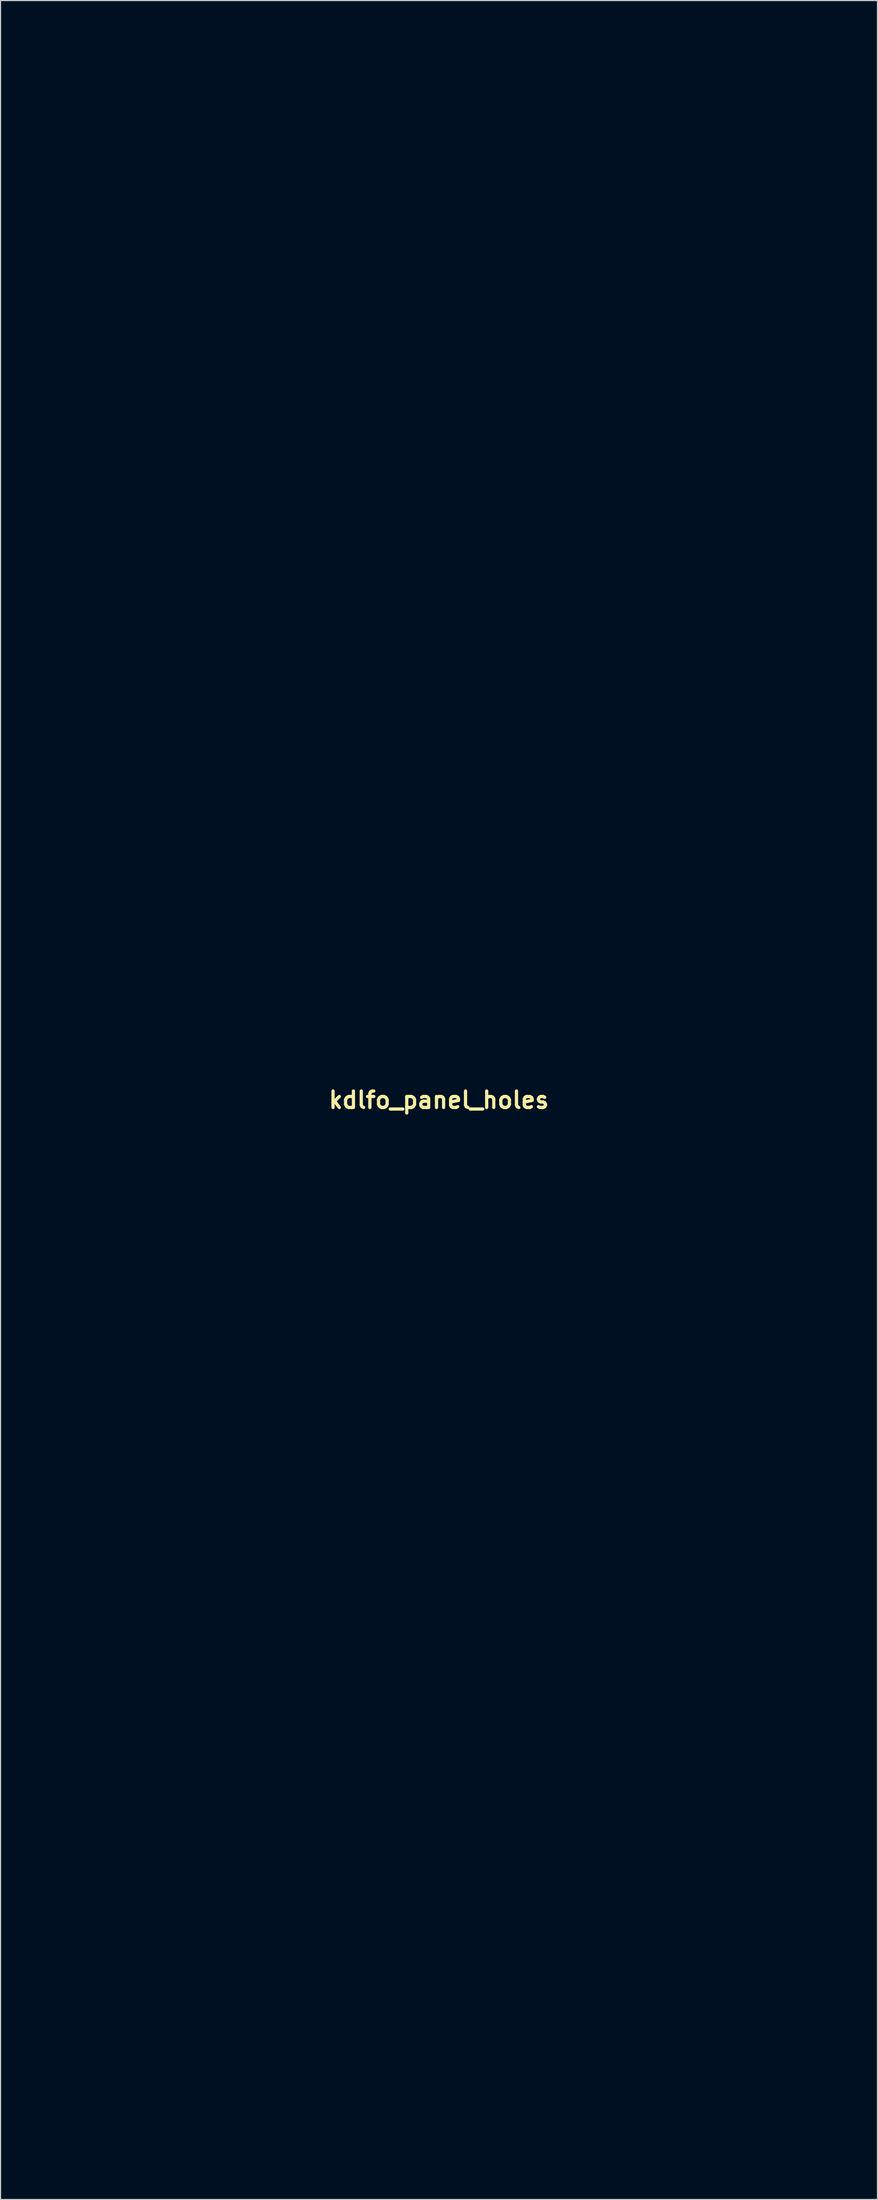
<source format=kicad_pcb>
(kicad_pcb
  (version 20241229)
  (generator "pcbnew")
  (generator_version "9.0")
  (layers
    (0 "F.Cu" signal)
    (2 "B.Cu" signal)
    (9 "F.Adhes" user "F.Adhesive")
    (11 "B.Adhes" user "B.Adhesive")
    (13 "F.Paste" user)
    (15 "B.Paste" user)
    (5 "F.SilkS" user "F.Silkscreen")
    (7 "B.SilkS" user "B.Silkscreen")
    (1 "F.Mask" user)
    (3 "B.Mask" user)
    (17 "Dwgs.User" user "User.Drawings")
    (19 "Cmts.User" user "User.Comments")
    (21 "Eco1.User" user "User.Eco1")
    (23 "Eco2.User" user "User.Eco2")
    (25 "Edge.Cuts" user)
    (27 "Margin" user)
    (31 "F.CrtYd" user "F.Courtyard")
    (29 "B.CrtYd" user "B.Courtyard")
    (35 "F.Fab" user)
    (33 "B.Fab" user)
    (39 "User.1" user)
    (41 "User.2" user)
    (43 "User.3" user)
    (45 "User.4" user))
  (footprint "kdlfo_panel_holes"
    (layer "F.Cu")
    (at 37.578 98.749)
    (property "Reference" "kdlfo_panel_holes" (at 0 0 0) (layer "F.SilkS") (effects (font (size 1.524 1.524) (thickness 0.3))))
    (attr board_only exclude_from_pos_files exclude_from_bom)
    (fp_poly (pts (xy 37.553 -89.701) (xy -37.528 -89.701) (xy -37.528 -90.489) (xy 37.553 -90.489)) (stroke (width 0.1) (type solid)) (fill no) (layer "Eco1.User"))
    (fp_poly (pts (xy 37.553 -27.129) (xy -37.528 -27.129) (xy -37.528 -27.917) (xy 37.553 -27.917)) (stroke (width 0.1) (type solid)) (fill no) (layer "Eco1.User"))
    (fp_poly (pts (xy 37.553 90.489) (xy -37.528 90.489) (xy -37.528 89.701) (xy 37.553 89.701)) (stroke (width 0.1) (type solid)) (fill no) (layer "Eco1.User"))
    (fp_poly (pts (xy -9.662 96.642) (xy -9.346 96.642) (xy -9.21 96.64) (xy -9.079 96.633) (xy -8.97 96.623) (xy -8.902 96.613) (xy -8.796 96.6) (xy -8.728 96.618) (xy -8.7 96.667) (xy -8.701 96.703) (xy -8.707 96.73) (xy -8.72 96.753) (xy -8.744 96.772) (xy -8.783 96.787) (xy -8.843 96.798) (xy -8.926 96.806) (xy -9.039 96.812) (xy -9.185 96.816) (xy -9.368 96.818) (xy -9.594 96.819) (xy -9.859 96.82) (xy -10.882 96.82) (xy -10.882 93.388) (xy -9.662 93.388)) (stroke (width 0.1) (type solid)) (fill no) (layer "Eco1.User"))
    (fp_poly (pts (xy 7.031 -96.794) (xy 7.293 -96.792) (xy 7.511 -96.789) (xy 7.683 -96.785) (xy 7.808 -96.78) (xy 7.884 -96.774) (xy 7.909 -96.768) (xy 7.951 -96.722) (xy 7.954 -96.662) (xy 7.931 -96.625) (xy 7.895 -96.615) (xy 7.808 -96.609) (xy 7.672 -96.607) (xy 7.485 -96.609) (xy 7.359 -96.611) (xy 6.814 -96.624) (xy 6.814 -95.752) (xy 7.243 -95.752) (xy 7.405 -95.751) (xy 7.523 -95.749) (xy 7.605 -95.744) (xy 7.659 -95.736) (xy 7.69 -95.725) (xy 7.706 -95.712) (xy 7.725 -95.663) (xy 7.712 -95.629) (xy 7.696 -95.613) (xy 7.666 -95.602) (xy 7.614 -95.593) (xy 7.533 -95.587) (xy 7.417 -95.583) (xy 7.257 -95.58) (xy 7.25 -95.58) (xy 6.814 -95.573) (xy 6.814 -93.362) (xy 5.594 -93.362) (xy 5.594 -96.795) (xy 6.727 -96.795)) (stroke (width 0.1) (type solid)) (fill no) (layer "Eco1.User"))
    (fp_poly (pts (xy 3.54 -96.789) (xy 4.157 -96.782) (xy 4.17 -93.534) (xy 4.52 -93.55) (xy 4.659 -93.557) (xy 4.791 -93.563) (xy 4.901 -93.568) (xy 4.976 -93.572) (xy 4.983 -93.572) (xy 5.054 -93.573) (xy 5.089 -93.562) (xy 5.103 -93.531) (xy 5.105 -93.513) (xy 5.108 -93.48) (xy 5.106 -93.453) (xy 5.093 -93.431) (xy 5.067 -93.413) (xy 5.022 -93.4) (xy 4.955 -93.389) (xy 4.86 -93.382) (xy 4.734 -93.377) (xy 4.571 -93.373) (xy 4.369 -93.37) (xy 4.122 -93.368) (xy 3.994 -93.367) (xy 3.769 -93.365) (xy 3.561 -93.365) (xy 3.374 -93.366) (xy 3.213 -93.367) (xy 3.085 -93.369) (xy 2.995 -93.372) (xy 2.948 -93.376) (xy 2.943 -93.377) (xy 2.939 -93.405) (xy 2.936 -93.48) (xy 2.934 -93.597) (xy 2.931 -93.752) (xy 2.929 -93.941) (xy 2.927 -94.16) (xy 2.926 -94.404) (xy 2.925 -94.67) (xy 2.924 -94.953) (xy 2.924 -95.096) (xy 2.924 -96.795)) (stroke (width 0.1) (type solid)) (fill no) (layer "Eco1.User"))
    (fp_poly (pts (xy 0.407 -93.535) (xy 0.756 -93.549) (xy 0.895 -93.556) (xy 1.025 -93.563) (xy 1.132 -93.571) (xy 1.204 -93.579) (xy 1.212 -93.58) (xy 1.282 -93.586) (xy 1.321 -93.575) (xy 1.347 -93.54) (xy 1.348 -93.54) (xy 1.364 -93.492) (xy 1.345 -93.452) (xy 1.324 -93.429) (xy 1.309 -93.416) (xy 1.292 -93.405) (xy 1.266 -93.396) (xy 1.227 -93.388) (xy 1.171 -93.383) (xy 1.092 -93.379) (xy 0.986 -93.375) (xy 0.848 -93.373) (xy 0.673 -93.371) (xy 0.456 -93.369) (xy 0.234 -93.367) (xy 0.009 -93.365) (xy -0.2 -93.365) (xy -0.387 -93.366) (xy -0.548 -93.367) (xy -0.676 -93.369) (xy -0.767 -93.372) (xy -0.815 -93.376) (xy -0.82 -93.377) (xy -0.824 -93.405) (xy -0.827 -93.48) (xy -0.829 -93.597) (xy -0.832 -93.752) (xy -0.834 -93.941) (xy -0.836 -94.16) (xy -0.837 -94.404) (xy -0.838 -94.67) (xy -0.839 -94.953) (xy -0.839 -95.095) (xy -0.839 -96.795) (xy 0.407 -96.795)) (stroke (width 0.1) (type solid)) (fill no) (layer "Eco1.User"))
    (fp_poly (pts (xy 10.528 93.385) (xy 10.7 93.387) (xy 10.836 93.389) (xy 10.94 93.392) (xy 11.016 93.396) (xy 11.068 93.401) (xy 11.099 93.408) (xy 11.113 93.415) (xy 11.114 93.416) (xy 11.133 93.459) (xy 11.121 93.493) (xy 11.091 93.523) (xy 11.062 93.54) (xy 11.014 93.553) (xy 10.94 93.562) (xy 10.83 93.567) (xy 10.69 93.571) (xy 10.335 93.578) (xy 10.329 95.199) (xy 10.322 96.82) (xy 9.103 96.82) (xy 9.096 95.199) (xy 9.09 93.578) (xy 8.899 93.57) (xy 8.77 93.57) (xy 8.626 93.578) (xy 8.512 93.589) (xy 8.391 93.602) (xy 8.31 93.603) (xy 8.261 93.591) (xy 8.233 93.563) (xy 8.228 93.551) (xy 8.225 93.488) (xy 8.271 93.44) (xy 8.336 93.414) (xy 8.38 93.409) (xy 8.471 93.404) (xy 8.604 93.4) (xy 8.774 93.396) (xy 8.976 93.392) (xy 9.207 93.389) (xy 9.462 93.387) (xy 9.736 93.386) (xy 9.76 93.386) (xy 10.062 93.385) (xy 10.317 93.385)) (stroke (width 0.1) (type solid)) (fill no) (layer "Eco1.User"))
    (fp_poly (pts (xy 21.064 93.385) (xy 21.235 93.386) (xy 21.371 93.388) (xy 21.468 93.391) (xy 21.521 93.395) (xy 21.529 93.397) (xy 21.558 93.443) (xy 21.55 93.499) (xy 21.512 93.539) (xy 21.469 93.549) (xy 21.386 93.557) (xy 21.275 93.563) (xy 21.146 93.565) (xy 21.117 93.566) (xy 20.773 93.566) (xy 20.773 96.82) (xy 20.167 96.82) (xy 19.996 96.819) (xy 19.842 96.817) (xy 19.713 96.814) (xy 19.616 96.811) (xy 19.557 96.806) (xy 19.544 96.803) (xy 19.541 96.775) (xy 19.538 96.701) (xy 19.535 96.585) (xy 19.533 96.43) (xy 19.531 96.243) (xy 19.529 96.026) (xy 19.528 95.784) (xy 19.527 95.522) (xy 19.527 95.243) (xy 19.527 95.176) (xy 19.527 93.566) (xy 19.317 93.566) (xy 19.188 93.57) (xy 19.051 93.579) (xy 18.936 93.591) (xy 18.934 93.592) (xy 18.805 93.603) (xy 18.719 93.592) (xy 18.672 93.558) (xy 18.662 93.517) (xy 18.663 93.492) (xy 18.668 93.472) (xy 18.681 93.454) (xy 18.705 93.44) (xy 18.746 93.428) (xy 18.805 93.418) (xy 18.889 93.411) (xy 18.999 93.405) (xy 19.141 93.4) (xy 19.318 93.397) (xy 19.534 93.394) (xy 19.793 93.391) (xy 20.098 93.388) (xy 20.122 93.388) (xy 20.387 93.386) (xy 20.635 93.384) (xy 20.862 93.384)) (stroke (width 0.1) (type solid)) (fill no) (layer "Eco1.User"))
    (fp_poly (pts (xy 12.274 93.388) (xy 12.629 93.391) (xy 12.946 93.399) (xy 13.221 93.411) (xy 13.452 93.428) (xy 13.638 93.449) (xy 13.775 93.475) (xy 13.783 93.477) (xy 14.029 93.566) (xy 14.253 93.701) (xy 14.405 93.832) (xy 14.558 94.015) (xy 14.665 94.216) (xy 14.725 94.435) (xy 14.74 94.675) (xy 14.709 94.936) (xy 14.691 95.015) (xy 14.612 95.241) (xy 14.491 95.451) (xy 14.333 95.635) (xy 14.147 95.786) (xy 14.006 95.866) (xy 13.856 95.927) (xy 13.698 95.975) (xy 13.541 96.009) (xy 13.395 96.026) (xy 13.271 96.026) (xy 13.178 96.007) (xy 13.151 95.992) (xy 13.1 95.939) (xy 13.094 95.89) (xy 13.127 95.849) (xy 13.194 95.821) (xy 13.289 95.813) (xy 13.345 95.817) (xy 13.545 95.819) (xy 13.75 95.778) (xy 13.949 95.698) (xy 14.129 95.583) (xy 14.196 95.525) (xy 14.341 95.359) (xy 14.444 95.175) (xy 14.504 94.987) (xy 14.541 94.74) (xy 14.533 94.506) (xy 14.48 94.29) (xy 14.384 94.096) (xy 14.374 94.082) (xy 14.299 93.982) (xy 14.217 93.901) (xy 14.114 93.829) (xy 13.978 93.753) (xy 13.962 93.745) (xy 13.829 93.688) (xy 13.684 93.644) (xy 13.516 93.611) (xy 13.314 93.589) (xy 13.164 93.578) (xy 12.865 93.561) (xy 12.865 96.82) (xy 11.645 96.82) (xy 11.645 93.388)) (stroke (width 0.1) (type solid)) (fill no) (layer "Eco1.User"))
    (fp_poly (pts (xy 34.209 95.502) (xy 34.398 95.504) (xy 34.557 95.509) (xy 34.689 95.515) (xy 34.799 95.524) (xy 34.89 95.535) (xy 34.967 95.549) (xy 35.035 95.567) (xy 35.095 95.588) (xy 35.154 95.613) (xy 35.215 95.642) (xy 35.259 95.664) (xy 35.499 95.812) (xy 35.705 95.993) (xy 35.874 96.203) (xy 36.005 96.436) (xy 36.094 96.687) (xy 36.141 96.951) (xy 36.142 97.222) (xy 36.096 97.495) (xy 36.059 97.617) (xy 35.959 97.851) (xy 35.827 98.056) (xy 35.654 98.246) (xy 35.637 98.263) (xy 35.496 98.385) (xy 35.359 98.478) (xy 35.208 98.555) (xy 35.046 98.618) (xy 34.846 98.689) (xy 33.206 98.694) (xy 32.861 98.694) (xy 32.563 98.695) (xy 32.309 98.694) (xy 32.095 98.693) (xy 31.916 98.691) (xy 31.77 98.689) (xy 31.653 98.685) (xy 31.56 98.681) (xy 31.489 98.675) (xy 31.435 98.669) (xy 31.404 98.663) (xy 31.184 98.594) (xy 30.965 98.488) (xy 30.762 98.354) (xy 30.587 98.2) (xy 30.51 98.113) (xy 30.397 97.948) (xy 30.297 97.762) (xy 30.222 97.575) (xy 30.193 97.475) (xy 30.168 97.323) (xy 30.157 97.147) (xy 30.159 96.967) (xy 30.175 96.801) (xy 30.194 96.705) (xy 30.288 96.441) (xy 30.425 96.2) (xy 30.603 95.986) (xy 30.816 95.802) (xy 31.062 95.654) (xy 31.222 95.583) (xy 31.413 95.511) (xy 33.066 95.503) (xy 33.418 95.502) (xy 33.723 95.501) (xy 33.985 95.501)) (stroke (width 0.1) (type solid)) (fill no) (layer "Eco1.User"))
    (fp_poly (pts (xy -18.536 -80.063) (xy -18.365 -80.048) (xy -18.243 -80.028) (xy -17.914 -79.933) (xy -17.601 -79.792) (xy -17.309 -79.61) (xy -17.043 -79.391) (xy -16.808 -79.138) (xy -16.608 -78.855) (xy -16.47 -78.595) (xy -16.366 -78.312) (xy -16.295 -78.004) (xy -16.261 -77.688) (xy -16.265 -77.379) (xy -16.273 -77.293) (xy -16.34 -76.946) (xy -16.452 -76.617) (xy -16.606 -76.31) (xy -16.798 -76.029) (xy -17.026 -75.776) (xy -17.286 -75.557) (xy -17.575 -75.374) (xy -17.89 -75.231) (xy -18.128 -75.156) (xy -18.318 -75.119) (xy -18.537 -75.096) (xy -18.768 -75.087) (xy -18.993 -75.093) (xy -19.195 -75.115) (xy -19.272 -75.129) (xy -19.613 -75.228) (xy -19.93 -75.37) (xy -20.22 -75.55) (xy -20.48 -75.765) (xy -20.708 -76.012) (xy -20.9 -76.287) (xy -21.053 -76.586) (xy -21.166 -76.907) (xy -21.234 -77.245) (xy -21.249 -77.471) (xy -19.756 -77.471) (xy -18.891 -77.471) (xy -18.891 -76.581) (xy -18.637 -76.581) (xy -18.637 -77.47) (xy -18.198 -77.477) (xy -17.76 -77.484) (xy -17.76 -77.738) (xy -18.198 -77.745) (xy -18.637 -77.752) (xy -18.637 -78.565) (xy -18.891 -78.565) (xy -18.891 -77.751) (xy -19.756 -77.751) (xy -19.756 -77.471) (xy -21.249 -77.471) (xy -21.256 -77.573) (xy -21.231 -77.927) (xy -21.16 -78.266) (xy -21.045 -78.586) (xy -20.889 -78.885) (xy -20.694 -79.158) (xy -20.464 -79.404) (xy -20.2 -79.617) (xy -19.905 -79.796) (xy -19.583 -79.937) (xy -19.236 -80.036) (xy -19.209 -80.042) (xy -19.075 -80.06) (xy -18.907 -80.07) (xy -18.722 -80.071)) (stroke (width 0.1) (type solid)) (fill no) (layer "Eco1.User"))
    (fp_poly (pts (xy -11.028 -96.794) (xy -10.725 -96.792) (xy -10.467 -96.787) (xy -10.247 -96.777) (xy -10.058 -96.761) (xy -9.896 -96.739) (xy -9.752 -96.709) (xy -9.622 -96.672) (xy -9.498 -96.626) (xy -9.374 -96.57) (xy -9.369 -96.567) (xy -9.155 -96.435) (xy -8.963 -96.262) (xy -8.8 -96.055) (xy -8.673 -95.824) (xy -8.612 -95.663) (xy -8.588 -95.581) (xy -8.572 -95.5) (xy -8.562 -95.408) (xy -8.558 -95.293) (xy -8.556 -95.141) (xy -8.556 -95.117) (xy -8.557 -94.966) (xy -8.561 -94.855) (xy -8.568 -94.769) (xy -8.581 -94.697) (xy -8.602 -94.625) (xy -8.624 -94.561) (xy -8.73 -94.32) (xy -8.863 -94.112) (xy -9.008 -93.946) (xy -9.231 -93.756) (xy -9.485 -93.603) (xy -9.764 -93.491) (xy -10.06 -93.421) (xy -10.094 -93.416) (xy -10.171 -93.409) (xy -10.29 -93.401) (xy -10.441 -93.392) (xy -10.617 -93.385) (xy -10.807 -93.378) (xy -10.99 -93.372) (xy -11.696 -93.354) (xy -11.696 -96.616) (xy -10.475 -96.616) (xy -10.475 -93.559) (xy -10.266 -93.577) (xy -10.141 -93.59) (xy -10.013 -93.61) (xy -9.908 -93.631) (xy -9.903 -93.632) (xy -9.647 -93.721) (xy -9.413 -93.851) (xy -9.206 -94.017) (xy -9.032 -94.214) (xy -8.895 -94.438) (xy -8.8 -94.682) (xy -8.785 -94.742) (xy -8.75 -94.985) (xy -8.752 -95.242) (xy -8.791 -95.499) (xy -8.864 -95.741) (xy -8.929 -95.884) (xy -9.061 -96.084) (xy -9.225 -96.251) (xy -9.424 -96.385) (xy -9.659 -96.487) (xy -9.932 -96.558) (xy -10.245 -96.599) (xy -10.278 -96.602) (xy -10.475 -96.616) (xy -11.696 -96.616) (xy -11.696 -96.795)) (stroke (width 0.1) (type solid)) (fill no) (layer "Eco1.User"))
    (fp_poly (pts (xy -6.287 93.384) (xy -6.108 93.422) (xy -5.931 93.483) (xy -5.782 93.551) (xy -5.541 93.697) (xy -5.335 93.879) (xy -5.166 94.094) (xy -5.035 94.339) (xy -4.944 94.612) (xy -4.895 94.91) (xy -4.889 94.99) (xy -4.895 95.291) (xy -4.945 95.578) (xy -5.035 95.846) (xy -5.164 96.091) (xy -5.33 96.308) (xy -5.528 96.493) (xy -5.758 96.64) (xy -5.797 96.66) (xy -6.081 96.772) (xy -6.378 96.839) (xy -6.676 96.859) (xy -6.89 96.844) (xy -7.182 96.781) (xy -7.45 96.674) (xy -7.693 96.527) (xy -7.905 96.343) (xy -8.083 96.125) (xy -8.224 95.876) (xy -8.325 95.599) (xy -8.34 95.542) (xy -8.378 95.313) (xy -8.39 95.068) (xy -8.377 94.826) (xy -8.34 94.624) (xy -8.245 94.351) (xy -8.108 94.106) (xy -7.93 93.889) (xy -7.714 93.702) (xy -7.462 93.549) (xy -7.44 93.54) (xy -6.865 93.54) (xy -6.865 96.664) (xy -6.782 96.675) (xy -6.671 96.679) (xy -6.531 96.673) (xy -6.381 96.657) (xy -6.243 96.632) (xy -6.219 96.627) (xy -5.963 96.539) (xy -5.731 96.408) (xy -5.527 96.236) (xy -5.353 96.026) (xy -5.241 95.835) (xy -5.16 95.642) (xy -5.11 95.438) (xy -5.088 95.208) (xy -5.085 95.103) (xy -5.104 94.818) (xy -5.163 94.562) (xy -5.263 94.33) (xy -5.408 94.116) (xy -5.537 93.975) (xy -5.736 93.804) (xy -5.945 93.679) (xy -6.171 93.595) (xy -6.423 93.55) (xy -6.63 93.541) (xy -6.865 93.54) (xy -7.44 93.54) (xy -7.195 93.438) (xy -7.089 93.409) (xy -6.968 93.388) (xy -6.816 93.375) (xy -6.712 93.37) (xy -6.483 93.368)) (stroke (width 0.1) (type solid)) (fill no) (layer "Eco1.User"))
    (fp_poly (pts (xy 2.727 93.381) (xy 2.996 93.437) (xy 3.24 93.533) (xy 3.465 93.672) (xy 3.676 93.855) (xy 3.677 93.855) (xy 3.849 94.051) (xy 3.98 94.257) (xy 4.072 94.478) (xy 4.129 94.725) (xy 4.153 95.003) (xy 4.155 95.091) (xy 4.149 95.302) (xy 4.129 95.48) (xy 4.092 95.641) (xy 4.033 95.802) (xy 3.977 95.925) (xy 3.833 96.164) (xy 3.651 96.373) (xy 3.437 96.547) (xy 3.197 96.686) (xy 2.934 96.786) (xy 2.654 96.845) (xy 2.363 96.86) (xy 2.159 96.844) (xy 1.867 96.781) (xy 1.598 96.675) (xy 1.356 96.528) (xy 1.144 96.343) (xy 0.966 96.122) (xy 0.854 95.927) (xy 0.77 95.74) (xy 0.713 95.565) (xy 0.679 95.386) (xy 0.666 95.188) (xy 0.669 94.989) (xy 0.694 94.718) (xy 0.75 94.479) (xy 0.842 94.265) (xy 0.972 94.064) (xy 1.145 93.868) (xy 1.259 93.76) (xy 1.364 93.677) (xy 1.481 93.606) (xy 1.577 93.556) (xy 1.614 93.54) (xy 2.187 93.54) (xy 2.187 96.664) (xy 2.269 96.675) (xy 2.381 96.679) (xy 2.522 96.673) (xy 2.671 96.656) (xy 2.81 96.632) (xy 2.833 96.626) (xy 3.059 96.552) (xy 3.263 96.442) (xy 3.455 96.289) (xy 3.51 96.236) (xy 3.69 96.026) (xy 3.823 95.801) (xy 3.912 95.556) (xy 3.958 95.287) (xy 3.966 95.104) (xy 3.944 94.82) (xy 3.878 94.553) (xy 3.772 94.308) (xy 3.628 94.09) (xy 3.449 93.903) (xy 3.236 93.752) (xy 3.181 93.721) (xy 2.972 93.628) (xy 2.765 93.57) (xy 2.541 93.544) (xy 2.422 93.541) (xy 2.187 93.54) (xy 1.614 93.54) (xy 1.79 93.464) (xy 1.996 93.403) (xy 2.212 93.371) (xy 2.428 93.363)) (stroke (width 0.1) (type solid)) (fill no) (layer "Eco1.User"))
    (fp_poly (pts (xy -18.38 -17.451) (xy -18.041 -17.379) (xy -17.722 -17.261) (xy -17.422 -17.095) (xy -17.14 -16.882) (xy -16.994 -16.746) (xy -16.76 -16.478) (xy -16.57 -16.188) (xy -16.425 -15.882) (xy -16.324 -15.563) (xy -16.268 -15.235) (xy -16.258 -14.902) (xy -16.292 -14.57) (xy -16.372 -14.241) (xy -16.498 -13.921) (xy -16.67 -13.613) (xy -16.818 -13.406) (xy -17.037 -13.169) (xy -17.293 -12.958) (xy -17.58 -12.78) (xy -17.889 -12.638) (xy -18.09 -12.57) (xy -18.256 -12.533) (xy -18.455 -12.507) (xy -18.668 -12.492) (xy -18.881 -12.49) (xy -19.077 -12.5) (xy -19.231 -12.522) (xy -19.579 -12.62) (xy -19.906 -12.763) (xy -20.21 -12.95) (xy -20.486 -13.177) (xy -20.729 -13.443) (xy -20.804 -13.541) (xy -20.887 -13.671) (xy -20.975 -13.834) (xy -21.058 -14.013) (xy -21.131 -14.19) (xy -21.183 -14.349) (xy -21.184 -14.353) (xy -21.206 -14.439) (xy -21.221 -14.522) (xy -21.231 -14.614) (xy -21.237 -14.726) (xy -21.239 -14.869) (xy -21.239 -14.874) (xy -19.756 -14.874) (xy -18.891 -14.874) (xy -18.891 -13.984) (xy -18.637 -13.984) (xy -18.637 -14.873) (xy -18.198 -14.88) (xy -17.76 -14.887) (xy -17.76 -15.141) (xy -18.198 -15.148) (xy -18.637 -15.155) (xy -18.637 -15.993) (xy -18.891 -15.993) (xy -18.891 -15.154) (xy -19.756 -15.154) (xy -19.756 -14.874) (xy -21.239 -14.874) (xy -21.24 -14.988) (xy -21.239 -15.152) (xy -21.236 -15.277) (xy -21.23 -15.374) (xy -21.22 -15.455) (xy -21.203 -15.532) (xy -21.18 -15.616) (xy -21.17 -15.649) (xy -21.041 -15.996) (xy -20.871 -16.312) (xy -20.663 -16.596) (xy -20.42 -16.846) (xy -20.143 -17.059) (xy -19.836 -17.234) (xy -19.5 -17.368) (xy -19.209 -17.445) (xy -19.121 -17.458) (xy -19 -17.468) (xy -18.862 -17.474) (xy -18.739 -17.476)) (stroke (width 0.1) (type solid)) (fill no) (layer "Eco1.User"))
    (fp_poly (pts (xy -4.933 -96.801) (xy -4.913 -96.776) (xy -4.908 -96.741) (xy -4.905 -96.662) (xy -4.903 -96.542) (xy -4.902 -96.388) (xy -4.901 -96.206) (xy -4.902 -95.999) (xy -4.905 -95.775) (xy -4.906 -95.638) (xy -4.922 -94.544) (xy -4.989 -94.354) (xy -5.065 -94.161) (xy -5.149 -94.003) (xy -5.251 -93.862) (xy -5.352 -93.753) (xy -5.536 -93.599) (xy -5.752 -93.475) (xy -5.982 -93.388) (xy -6.032 -93.375) (xy -6.146 -93.357) (xy -6.292 -93.345) (xy -6.452 -93.341) (xy -6.608 -93.343) (xy -6.743 -93.354) (xy -6.801 -93.363) (xy -7.014 -93.424) (xy -7.223 -93.52) (xy -7.413 -93.641) (xy -7.571 -93.78) (xy -7.598 -93.809) (xy -7.666 -93.899) (xy -7.737 -94.01) (xy -7.793 -94.113) (xy -7.83 -94.191) (xy -7.862 -94.264) (xy -7.887 -94.336) (xy -7.908 -94.412) (xy -7.924 -94.499) (xy -7.936 -94.6) (xy -7.945 -94.723) (xy -7.951 -94.871) (xy -7.955 -95.051) (xy -7.957 -95.267) (xy -7.958 -95.526) (xy -7.958 -95.708) (xy -7.958 -96.795) (xy -6.738 -96.795) (xy -6.738 -93.546) (xy -6.681 -93.531) (xy -6.608 -93.52) (xy -6.502 -93.516) (xy -6.377 -93.516) (xy -6.249 -93.522) (xy -6.136 -93.533) (xy -6.072 -93.543) (xy -5.844 -93.615) (xy -5.644 -93.73) (xy -5.471 -93.887) (xy -5.328 -94.085) (xy -5.213 -94.323) (xy -5.155 -94.499) (xy -5.141 -94.55) (xy -5.13 -94.601) (xy -5.121 -94.656) (xy -5.113 -94.721) (xy -5.108 -94.802) (xy -5.104 -94.903) (xy -5.1 -95.031) (xy -5.098 -95.192) (xy -5.096 -95.39) (xy -5.095 -95.631) (xy -5.094 -95.737) (xy -5.092 -96.004) (xy -5.09 -96.225) (xy -5.087 -96.403) (xy -5.084 -96.542) (xy -5.08 -96.647) (xy -5.074 -96.721) (xy -5.067 -96.768) (xy -5.06 -96.793) (xy -5.055 -96.798) (xy -4.989 -96.819)) (stroke (width 0.1) (type solid)) (fill no) (layer "Eco1.User"))
    (fp_poly (pts (xy -32.068 -98.697) (xy -31.881 -98.695) (xy -31.723 -98.69) (xy -31.591 -98.683) (xy -31.481 -98.674) (xy -31.389 -98.661) (xy -31.31 -98.646) (xy -31.241 -98.627) (xy -31.176 -98.604) (xy -31.113 -98.577) (xy -31.046 -98.545) (xy -31.001 -98.523) (xy -30.774 -98.384) (xy -30.571 -98.204) (xy -30.397 -97.99) (xy -30.261 -97.751) (xy -30.202 -97.608) (xy -30.177 -97.527) (xy -30.16 -97.448) (xy -30.15 -97.357) (xy -30.144 -97.24) (xy -30.143 -97.112) (xy -30.144 -96.964) (xy -30.149 -96.852) (xy -30.159 -96.762) (xy -30.177 -96.68) (xy -30.203 -96.594) (xy -30.313 -96.338) (xy -30.466 -96.109) (xy -30.659 -95.908) (xy -30.891 -95.738) (xy -31.16 -95.599) (xy -31.241 -95.567) (xy -31.271 -95.556) (xy -31.301 -95.546) (xy -31.335 -95.538) (xy -31.378 -95.532) (xy -31.432 -95.526) (xy -31.502 -95.521) (xy -31.591 -95.518) (xy -31.705 -95.515) (xy -31.846 -95.512) (xy -32.019 -95.51) (xy -32.227 -95.509) (xy -32.475 -95.508) (xy -32.766 -95.507) (xy -33.066 -95.506) (xy -33.401 -95.504) (xy -33.689 -95.504) (xy -33.934 -95.503) (xy -34.14 -95.504) (xy -34.312 -95.505) (xy -34.453 -95.506) (xy -34.567 -95.509) (xy -34.659 -95.512) (xy -34.732 -95.516) (xy -34.791 -95.522) (xy -34.839 -95.529) (xy -34.88 -95.537) (xy -34.919 -95.546) (xy -34.929 -95.549) (xy -35.191 -95.643) (xy -35.426 -95.776) (xy -35.632 -95.944) (xy -35.805 -96.142) (xy -35.944 -96.364) (xy -36.044 -96.605) (xy -36.105 -96.861) (xy -36.122 -97.126) (xy -36.094 -97.395) (xy -36.04 -97.598) (xy -35.971 -97.78) (xy -35.891 -97.932) (xy -35.787 -98.074) (xy -35.691 -98.183) (xy -35.505 -98.357) (xy -35.304 -98.492) (xy -35.074 -98.597) (xy -35.037 -98.611) (xy -34.82 -98.689) (xy -33.203 -98.696) (xy -32.853 -98.698) (xy -32.55 -98.699) (xy -32.29 -98.699)) (stroke (width 0.1) (type solid)) (fill no) (layer "Eco1.User"))
    (fp_poly (pts (xy 33.478 -98.689) (xy 33.766 -98.688) (xy 34.012 -98.688) (xy 34.218 -98.687) (xy 34.39 -98.685) (xy 34.53 -98.683) (xy 34.644 -98.68) (xy 34.733 -98.676) (xy 34.804 -98.672) (xy 34.859 -98.666) (xy 34.903 -98.659) (xy 34.94 -98.651) (xy 34.971 -98.642) (xy 35.243 -98.535) (xy 35.48 -98.393) (xy 35.621 -98.276) (xy 35.796 -98.093) (xy 35.93 -97.903) (xy 36.032 -97.69) (xy 36.059 -97.617) (xy 36.127 -97.347) (xy 36.147 -97.076) (xy 36.122 -96.812) (xy 36.054 -96.558) (xy 35.946 -96.32) (xy 35.801 -96.103) (xy 35.621 -95.911) (xy 35.41 -95.749) (xy 35.169 -95.623) (xy 34.945 -95.548) (xy 34.903 -95.538) (xy 34.86 -95.529) (xy 34.811 -95.522) (xy 34.754 -95.516) (xy 34.683 -95.511) (xy 34.595 -95.507) (xy 34.484 -95.504) (xy 34.348 -95.502) (xy 34.182 -95.501) (xy 33.981 -95.5) (xy 33.742 -95.5) (xy 33.46 -95.5) (xy 33.144 -95.501) (xy 32.86 -95.501) (xy 32.589 -95.503) (xy 32.336 -95.505) (xy 32.104 -95.507) (xy 31.9 -95.51) (xy 31.726 -95.513) (xy 31.589 -95.516) (xy 31.493 -95.52) (xy 31.442 -95.523) (xy 31.439 -95.524) (xy 31.175 -95.602) (xy 30.93 -95.724) (xy 30.71 -95.886) (xy 30.518 -96.082) (xy 30.361 -96.307) (xy 30.242 -96.558) (xy 30.192 -96.718) (xy 30.163 -96.893) (xy 30.155 -97.093) (xy 30.168 -97.301) (xy 30.199 -97.496) (xy 30.236 -97.625) (xy 30.352 -97.877) (xy 30.51 -98.106) (xy 30.704 -98.305) (xy 30.929 -98.47) (xy 31.179 -98.595) (xy 31.286 -98.633) (xy 31.322 -98.644) (xy 31.358 -98.653) (xy 31.396 -98.661) (xy 31.442 -98.668) (xy 31.499 -98.674) (xy 31.571 -98.678) (xy 31.663 -98.682) (xy 31.777 -98.684) (xy 31.919 -98.686) (xy 32.092 -98.687) (xy 32.3 -98.688) (xy 32.548 -98.689) (xy 32.838 -98.689) (xy 33.142 -98.689)) (stroke (width 0.1) (type solid)) (fill no) (layer "Eco1.User"))
    (fp_poly (pts (xy -33.6 95.501) (xy -33.28 95.502) (xy -33.04 95.504) (xy -32.71 95.505) (xy -32.426 95.507) (xy -32.185 95.508) (xy -31.984 95.51) (xy -31.817 95.512) (xy -31.681 95.515) (xy -31.572 95.518) (xy -31.486 95.522) (xy -31.419 95.527) (xy -31.368 95.533) (xy -31.327 95.54) (xy -31.294 95.549) (xy -31.264 95.559) (xy -31.241 95.567) (xy -31.019 95.663) (xy -30.831 95.774) (xy -30.661 95.909) (xy -30.586 95.981) (xy -30.403 96.196) (xy -30.267 96.431) (xy -30.177 96.685) (xy -30.134 96.959) (xy -30.13 97.091) (xy -30.154 97.381) (xy -30.224 97.652) (xy -30.338 97.901) (xy -30.495 98.125) (xy -30.691 98.319) (xy -30.924 98.481) (xy -31.025 98.535) (xy -31.091 98.567) (xy -31.153 98.595) (xy -31.214 98.618) (xy -31.279 98.638) (xy -31.351 98.654) (xy -31.436 98.668) (xy -31.537 98.678) (xy -31.659 98.686) (xy -31.806 98.692) (xy -31.981 98.695) (xy -32.19 98.698) (xy -32.435 98.699) (xy -32.723 98.699) (xy -33.056 98.699) (xy -33.129 98.699) (xy -33.475 98.698) (xy -33.774 98.697) (xy -34.028 98.696) (xy -34.242 98.693) (xy -34.418 98.69) (xy -34.56 98.686) (xy -34.672 98.681) (xy -34.756 98.676) (xy -34.816 98.669) (xy -34.846 98.664) (xy -35.115 98.58) (xy -35.36 98.457) (xy -35.576 98.298) (xy -35.761 98.108) (xy -35.911 97.892) (xy -36.024 97.654) (xy -36.096 97.4) (xy -36.124 97.133) (xy -36.105 96.86) (xy -36.093 96.793) (xy -36.013 96.519) (xy -35.889 96.267) (xy -35.724 96.042) (xy -35.522 95.849) (xy -35.285 95.691) (xy -35.233 95.664) (xy -35.169 95.632) (xy -35.109 95.604) (xy -35.05 95.581) (xy -34.987 95.561) (xy -34.917 95.544) (xy -34.836 95.531) (xy -34.739 95.52) (xy -34.622 95.513) (xy -34.481 95.507) (xy -34.313 95.503) (xy -34.112 95.501) (xy -33.876 95.501)) (stroke (width 0.1) (type solid)) (fill no) (layer "Eco1.User"))
    (fp_poly (pts (xy 18.236 93.375) (xy 18.269 93.405) (xy 18.279 93.419) (xy 18.288 93.441) (xy 18.295 93.476) (xy 18.299 93.529) (xy 18.303 93.604) (xy 18.305 93.706) (xy 18.305 93.84) (xy 18.304 94.011) (xy 18.303 94.223) (xy 18.3 94.48) (xy 18.3 94.492) (xy 18.297 94.753) (xy 18.294 94.969) (xy 18.291 95.145) (xy 18.287 95.286) (xy 18.282 95.399) (xy 18.277 95.489) (xy 18.27 95.561) (xy 18.261 95.621) (xy 18.25 95.675) (xy 18.237 95.727) (xy 18.235 95.734) (xy 18.137 96.005) (xy 18.003 96.242) (xy 17.835 96.443) (xy 17.636 96.607) (xy 17.409 96.731) (xy 17.155 96.814) (xy 16.879 96.855) (xy 16.582 96.852) (xy 16.507 96.844) (xy 16.246 96.788) (xy 16.005 96.69) (xy 15.789 96.553) (xy 15.603 96.38) (xy 15.453 96.175) (xy 15.396 96.07) (xy 15.358 95.988) (xy 15.326 95.912) (xy 15.3 95.835) (xy 15.279 95.753) (xy 15.263 95.66) (xy 15.251 95.551) (xy 15.242 95.42) (xy 15.236 95.261) (xy 15.232 95.071) (xy 15.23 94.842) (xy 15.23 94.57) (xy 15.23 94.457) (xy 15.23 93.388) (xy 16.45 93.388) (xy 16.456 95.021) (xy 16.463 96.655) (xy 16.819 96.655) (xy 17.175 96.655) (xy 17.373 96.56) (xy 17.576 96.439) (xy 17.741 96.286) (xy 17.874 96.095) (xy 17.911 96.025) (xy 17.952 95.939) (xy 17.986 95.863) (xy 18.014 95.791) (xy 18.037 95.717) (xy 18.054 95.636) (xy 18.068 95.541) (xy 18.077 95.427) (xy 18.084 95.29) (xy 18.088 95.122) (xy 18.091 94.918) (xy 18.093 94.673) (xy 18.095 94.481) (xy 18.096 94.221) (xy 18.098 94.006) (xy 18.1 93.833) (xy 18.103 93.697) (xy 18.107 93.593) (xy 18.111 93.517) (xy 18.117 93.464) (xy 18.124 93.429) (xy 18.133 93.408) (xy 18.143 93.396) (xy 18.145 93.394) (xy 18.196 93.366)) (stroke (width 0.1) (type solid)) (fill no) (layer "Eco1.User"))
    (fp_poly (pts (xy 19.152 1.522) (xy 19.554 1.589) (xy 19.945 1.702) (xy 20.32 1.861) (xy 20.678 2.064) (xy 21.014 2.312) (xy 21.321 2.599) (xy 21.595 2.921) (xy 21.824 3.266) (xy 22.007 3.633) (xy 22.143 4.019) (xy 22.233 4.424) (xy 22.275 4.847) (xy 22.279 5.009) (xy 22.255 5.432) (xy 22.184 5.838) (xy 22.064 6.227) (xy 21.928 6.539) (xy 21.846 6.699) (xy 21.772 6.83) (xy 21.695 6.95) (xy 21.603 7.078) (xy 21.522 7.183) (xy 21.26 7.48) (xy 20.962 7.745) (xy 20.635 7.974) (xy 20.284 8.166) (xy 19.913 8.318) (xy 19.529 8.428) (xy 19.137 8.493) (xy 18.742 8.511) (xy 18.522 8.5) (xy 18.111 8.44) (xy 17.707 8.333) (xy 17.318 8.182) (xy 16.952 7.989) (xy 16.727 7.84) (xy 16.63 7.764) (xy 16.513 7.663) (xy 16.391 7.551) (xy 16.279 7.441) (xy 16.277 7.439) (xy 16.002 7.125) (xy 15.774 6.794) (xy 15.589 6.442) (xy 15.445 6.062) (xy 15.363 5.765) (xy 15.338 5.651) (xy 15.32 5.551) (xy 15.308 5.452) (xy 15.301 5.34) (xy 15.297 5.204) (xy 15.296 5.136) (xy 16.272 5.136) (xy 18.662 5.136) (xy 18.662 7.501) (xy 18.917 7.501) (xy 18.917 5.136) (xy 21.281 5.136) (xy 21.281 4.882) (xy 18.917 4.882) (xy 18.917 2.492) (xy 18.663 2.492) (xy 18.656 3.68) (xy 18.65 4.869) (xy 17.461 4.876) (xy 16.272 4.882) (xy 16.272 5.136) (xy 15.296 5.136) (xy 15.295 5.03) (xy 15.295 5.022) (xy 15.297 4.791) (xy 15.307 4.597) (xy 15.326 4.425) (xy 15.357 4.261) (xy 15.401 4.09) (xy 15.451 3.928) (xy 15.603 3.541) (xy 15.797 3.178) (xy 16.031 2.842) (xy 16.301 2.537) (xy 16.604 2.266) (xy 16.936 2.031) (xy 17.294 1.836) (xy 17.675 1.683) (xy 17.912 1.614) (xy 18.327 1.534) (xy 18.742 1.504)) (stroke (width 0.1) (type solid)) (fill no) (layer "Eco1.User"))
    (fp_poly (pts (xy 0.623 70.111) (xy 1.094 70.191) (xy 1.556 70.317) (xy 2.005 70.486) (xy 2.437 70.699) (xy 2.849 70.954) (xy 3.238 71.252) (xy 3.516 71.507) (xy 3.862 71.883) (xy 4.164 72.285) (xy 4.422 72.709) (xy 4.633 73.153) (xy 4.799 73.616) (xy 4.917 74.096) (xy 4.987 74.591) (xy 5.009 75.064) (xy 4.998 75.44) (xy 4.965 75.786) (xy 4.906 76.12) (xy 4.819 76.458) (xy 4.754 76.667) (xy 4.573 77.128) (xy 4.35 77.565) (xy 4.087 77.976) (xy 3.787 78.357) (xy 3.453 78.706) (xy 3.087 79.021) (xy 2.693 79.3) (xy 2.273 79.539) (xy 1.83 79.738) (xy 1.367 79.893) (xy 0.887 80.003) (xy 0.742 80.026) (xy 0.519 80.051) (xy 0.271 80.068) (xy 0.018 80.076) (xy -0.22 80.074) (xy -0.388 80.065) (xy -0.882 80) (xy -1.363 79.887) (xy -1.828 79.727) (xy -2.274 79.524) (xy -2.698 79.278) (xy -3.097 78.991) (xy -3.467 78.666) (xy -3.806 78.305) (xy -4.111 77.909) (xy -4.251 77.695) (xy -4.469 77.3) (xy -4.654 76.874) (xy -4.802 76.428) (xy -4.909 75.97) (xy -4.957 75.667) (xy -4.972 75.49) (xy -4.981 75.28) (xy -4.981 75.208) (xy -2.492 75.208) (xy -0.127 75.208) (xy -0.127 77.573) (xy 0.153 77.573) (xy 0.153 75.208) (xy 2.517 75.208) (xy 2.517 74.954) (xy 0.153 74.954) (xy 0.14 72.577) (xy -0.114 72.577) (xy -0.128 74.954) (xy -2.492 74.954) (xy -2.492 75.208) (xy -4.981 75.208) (xy -4.982 75.051) (xy -4.977 74.82) (xy -4.965 74.603) (xy -4.947 74.416) (xy -4.944 74.391) (xy -4.85 73.897) (xy -4.709 73.42) (xy -4.523 72.963) (xy -4.295 72.53) (xy -4.026 72.121) (xy -3.718 71.742) (xy -3.372 71.393) (xy -2.992 71.078) (xy -2.579 70.799) (xy -2.209 70.596) (xy -1.754 70.397) (xy -1.287 70.246) (xy -0.813 70.143) (xy -0.334 70.086) (xy 0.146 70.076)) (stroke (width 0.1) (type solid)) (fill no) (layer "Eco1.User"))
    (fp_poly (pts (xy 7.808 93.389) (xy 7.82 93.396) (xy 7.831 93.408) (xy 7.839 93.427) (xy 7.846 93.46) (xy 7.85 93.51) (xy 7.853 93.582) (xy 7.855 93.681) (xy 7.855 93.811) (xy 7.854 93.977) (xy 7.853 94.184) (xy 7.85 94.436) (xy 7.85 94.502) (xy 7.847 94.782) (xy 7.844 95.016) (xy 7.84 95.211) (xy 7.834 95.372) (xy 7.826 95.504) (xy 7.816 95.613) (xy 7.801 95.705) (xy 7.783 95.784) (xy 7.759 95.857) (xy 7.73 95.93) (xy 7.695 96.007) (xy 7.658 96.083) (xy 7.526 96.296) (xy 7.357 96.479) (xy 7.156 96.63) (xy 6.928 96.745) (xy 6.678 96.822) (xy 6.412 96.858) (xy 6.135 96.852) (xy 6.089 96.847) (xy 5.812 96.789) (xy 5.563 96.691) (xy 5.345 96.554) (xy 5.16 96.38) (xy 5.01 96.17) (xy 4.961 96.079) (xy 4.92 95.991) (xy 4.885 95.909) (xy 4.857 95.828) (xy 4.834 95.741) (xy 4.816 95.643) (xy 4.803 95.529) (xy 4.793 95.394) (xy 4.787 95.231) (xy 4.783 95.035) (xy 4.781 94.801) (xy 4.78 94.524) (xy 4.78 94.431) (xy 4.78 93.387) (xy 5.397 93.393) (xy 6.013 93.4) (xy 6.02 95.036) (xy 6.026 96.672) (xy 6.376 96.662) (xy 6.532 96.656) (xy 6.649 96.647) (xy 6.739 96.634) (xy 6.814 96.615) (xy 6.865 96.596) (xy 7.069 96.488) (xy 7.249 96.339) (xy 7.398 96.154) (xy 7.512 95.939) (xy 7.515 95.93) (xy 7.548 95.844) (xy 7.575 95.762) (xy 7.597 95.677) (xy 7.615 95.584) (xy 7.628 95.477) (xy 7.638 95.35) (xy 7.645 95.198) (xy 7.65 95.015) (xy 7.652 94.795) (xy 7.653 94.532) (xy 7.653 94.403) (xy 7.653 94.153) (xy 7.654 93.949) (xy 7.654 93.786) (xy 7.656 93.659) (xy 7.659 93.564) (xy 7.663 93.496) (xy 7.669 93.449) (xy 7.676 93.419) (xy 7.685 93.402) (xy 7.697 93.392) (xy 7.704 93.388) (xy 7.768 93.374)) (stroke (width 0.1) (type solid)) (fill no) (layer "Eco1.User"))
    (fp_poly (pts (xy 25.495 70.091) (xy 25.975 70.159) (xy 26.444 70.273) (xy 26.9 70.432) (xy 27.338 70.633) (xy 27.755 70.876) (xy 28.148 71.158) (xy 28.515 71.478) (xy 28.85 71.834) (xy 29.152 72.225) (xy 29.296 72.444) (xy 29.536 72.877) (xy 29.729 73.323) (xy 29.875 73.78) (xy 29.975 74.243) (xy 30.03 74.711) (xy 30.041 75.18) (xy 30.008 75.646) (xy 29.932 76.106) (xy 29.814 76.558) (xy 29.654 76.998) (xy 29.454 77.423) (xy 29.213 77.829) (xy 28.933 78.213) (xy 28.615 78.573) (xy 28.258 78.905) (xy 27.865 79.206) (xy 27.752 79.282) (xy 27.341 79.52) (xy 26.902 79.719) (xy 26.44 79.876) (xy 25.962 79.99) (xy 25.474 80.059) (xy 25.415 80.064) (xy 25.265 80.075) (xy 25.148 80.082) (xy 25.046 80.084) (xy 24.942 80.083) (xy 24.818 80.077) (xy 24.739 80.072) (xy 24.259 80.019) (xy 23.784 79.917) (xy 23.317 79.768) (xy 22.864 79.575) (xy 22.431 79.34) (xy 22.023 79.065) (xy 21.721 78.821) (xy 21.388 78.497) (xy 21.084 78.135) (xy 20.812 77.742) (xy 20.576 77.325) (xy 20.38 76.889) (xy 20.227 76.442) (xy 20.14 76.086) (xy 20.065 75.589) (xy 20.045 75.208) (xy 22.527 75.208) (xy 24.917 75.208) (xy 24.917 77.573) (xy 25.171 77.573) (xy 25.171 75.208) (xy 27.536 75.208) (xy 27.536 74.954) (xy 25.171 74.954) (xy 25.171 72.564) (xy 24.917 72.564) (xy 24.911 73.753) (xy 24.904 74.941) (xy 23.716 74.948) (xy 22.527 74.955) (xy 22.527 75.208) (xy 20.045 75.208) (xy 20.039 75.099) (xy 20.059 74.616) (xy 20.125 74.144) (xy 20.234 73.686) (xy 20.385 73.243) (xy 20.575 72.818) (xy 20.803 72.415) (xy 21.067 72.034) (xy 21.365 71.68) (xy 21.696 71.354) (xy 22.056 71.059) (xy 22.446 70.797) (xy 22.862 70.571) (xy 23.302 70.384) (xy 23.766 70.238) (xy 24.251 70.135) (xy 24.515 70.099) (xy 25.007 70.071)) (stroke (width 0.1) (type solid)) (fill no) (layer "Eco1.User"))
    (fp_poly (pts (xy -18.606 1.514) (xy -18.385 1.526) (xy -18.19 1.547) (xy -18.117 1.56) (xy -17.698 1.668) (xy -17.306 1.818) (xy -16.941 2.012) (xy -16.601 2.25) (xy -16.286 2.531) (xy -16.008 2.84) (xy -15.775 3.173) (xy -15.582 3.532) (xy -15.43 3.919) (xy -15.316 4.339) (xy -15.314 4.348) (xy -15.295 4.452) (xy -15.282 4.564) (xy -15.274 4.695) (xy -15.27 4.856) (xy -15.27 5.022) (xy -15.271 5.197) (xy -15.275 5.335) (xy -15.282 5.448) (xy -15.294 5.547) (xy -15.312 5.647) (xy -15.337 5.76) (xy -15.338 5.765) (xy -15.454 6.164) (xy -15.608 6.536) (xy -15.803 6.882) (xy -16.042 7.21) (xy -16.328 7.522) (xy -16.408 7.6) (xy -16.664 7.812) (xy -16.957 8.006) (xy -17.276 8.174) (xy -17.609 8.311) (xy -17.946 8.413) (xy -18.131 8.452) (xy -18.26 8.47) (xy -18.416 8.485) (xy -18.583 8.497) (xy -18.749 8.505) (xy -18.896 8.507) (xy -19.011 8.504) (xy -19.031 8.502) (xy -19.464 8.435) (xy -19.876 8.322) (xy -20.265 8.163) (xy -20.632 7.959) (xy -20.854 7.806) (xy -21.178 7.531) (xy -21.463 7.227) (xy -21.706 6.895) (xy -21.907 6.538) (xy -22.063 6.16) (xy -22.174 5.763) (xy -22.237 5.351) (xy -22.247 5.136) (xy -21.256 5.136) (xy -18.891 5.136) (xy -18.891 7.501) (xy -18.637 7.501) (xy -18.637 5.136) (xy -16.247 5.136) (xy -16.247 4.882) (xy -18.624 4.869) (xy -18.631 3.693) (xy -18.637 2.517) (xy -18.891 2.517) (xy -18.891 4.882) (xy -21.256 4.882) (xy -21.256 5.136) (xy -22.247 5.136) (xy -22.253 5.009) (xy -22.229 4.581) (xy -22.157 4.169) (xy -22.038 3.775) (xy -21.872 3.401) (xy -21.66 3.048) (xy -21.403 2.717) (xy -21.295 2.599) (xy -20.985 2.308) (xy -20.651 2.061) (xy -20.291 1.858) (xy -19.905 1.698) (xy -19.489 1.578) (xy -19.451 1.57) (xy -19.276 1.541) (xy -19.067 1.522) (xy -18.839 1.513)) (stroke (width 0.1) (type solid)) (fill no) (layer "Eco1.User"))
    (fp_poly (pts (xy 10.354 -96.803) (xy 10.633 -96.726) (xy 10.891 -96.605) (xy 11.125 -96.442) (xy 11.238 -96.338) (xy 11.39 -96.167) (xy 11.508 -95.991) (xy 11.603 -95.791) (xy 11.649 -95.663) (xy 11.673 -95.585) (xy 11.69 -95.511) (xy 11.7 -95.429) (xy 11.706 -95.327) (xy 11.708 -95.193) (xy 11.708 -95.104) (xy 11.708 -94.951) (xy 11.704 -94.836) (xy 11.697 -94.747) (xy 11.684 -94.669) (xy 11.664 -94.59) (xy 11.635 -94.499) (xy 11.52 -94.226) (xy 11.366 -93.985) (xy 11.175 -93.777) (xy 10.949 -93.604) (xy 10.692 -93.471) (xy 10.574 -93.427) (xy 10.385 -93.379) (xy 10.167 -93.35) (xy 9.94 -93.34) (xy 9.72 -93.35) (xy 9.526 -93.381) (xy 9.513 -93.385) (xy 9.262 -93.472) (xy 9.181 -93.515) (xy 9.738 -93.515) (xy 9.966 -93.515) (xy 10.088 -93.518) (xy 10.211 -93.527) (xy 10.31 -93.539) (xy 10.328 -93.542) (xy 10.47 -93.584) (xy 10.631 -93.651) (xy 10.792 -93.735) (xy 10.938 -93.827) (xy 11.052 -93.917) (xy 11.054 -93.919) (xy 11.227 -94.118) (xy 11.361 -94.34) (xy 11.456 -94.58) (xy 11.513 -94.831) (xy 11.532 -95.087) (xy 11.514 -95.342) (xy 11.459 -95.59) (xy 11.367 -95.825) (xy 11.24 -96.041) (xy 11.076 -96.233) (xy 10.878 -96.393) (xy 10.875 -96.395) (xy 10.679 -96.502) (xy 10.459 -96.584) (xy 10.23 -96.637) (xy 10.008 -96.657) (xy 9.867 -96.65) (xy 9.738 -96.635) (xy 9.738 -93.515) (xy 9.181 -93.515) (xy 9.024 -93.599) (xy 8.806 -93.759) (xy 8.619 -93.947) (xy 8.47 -94.154) (xy 8.437 -94.214) (xy 8.349 -94.397) (xy 8.288 -94.563) (xy 8.25 -94.731) (xy 8.231 -94.915) (xy 8.227 -95.117) (xy 8.229 -95.266) (xy 8.235 -95.379) (xy 8.246 -95.47) (xy 8.263 -95.554) (xy 8.29 -95.644) (xy 8.297 -95.665) (xy 8.41 -95.93) (xy 8.563 -96.166) (xy 8.753 -96.372) (xy 8.977 -96.544) (xy 9.229 -96.679) (xy 9.508 -96.774) (xy 9.754 -96.82) (xy 10.06 -96.835)) (stroke (width 0.1) (type solid)) (fill no) (layer "Eco1.User"))
    (fp_poly (pts (xy 19.267 -61.025) (xy 19.625 -60.955) (xy 20.027 -60.83) (xy 20.406 -60.66) (xy 20.76 -60.448) (xy 21.084 -60.197) (xy 21.377 -59.908) (xy 21.636 -59.583) (xy 21.857 -59.225) (xy 21.898 -59.148) (xy 22.057 -58.794) (xy 22.171 -58.443) (xy 22.243 -58.082) (xy 22.275 -57.701) (xy 22.277 -57.576) (xy 22.256 -57.149) (xy 22.187 -56.741) (xy 22.07 -56.35) (xy 21.905 -55.972) (xy 21.691 -55.606) (xy 21.683 -55.594) (xy 21.559 -55.426) (xy 21.404 -55.245) (xy 21.23 -55.064) (xy 21.051 -54.895) (xy 20.879 -54.753) (xy 20.876 -54.751) (xy 20.721 -54.645) (xy 20.536 -54.535) (xy 20.333 -54.427) (xy 20.127 -54.33) (xy 19.934 -54.249) (xy 19.776 -54.196) (xy 19.478 -54.127) (xy 19.158 -54.081) (xy 18.834 -54.059) (xy 18.525 -54.062) (xy 18.408 -54.072) (xy 18.085 -54.124) (xy 17.75 -54.214) (xy 17.419 -54.335) (xy 17.108 -54.482) (xy 16.904 -54.602) (xy 16.561 -54.852) (xy 16.254 -55.137) (xy 15.985 -55.454) (xy 15.755 -55.8) (xy 15.568 -56.172) (xy 15.477 -56.408) (xy 15.411 -56.61) (xy 15.362 -56.791) (xy 15.329 -56.964) (xy 15.308 -57.145) (xy 15.297 -57.348) (xy 15.296 -57.437) (xy 16.272 -57.437) (xy 17.461 -57.43) (xy 18.65 -57.423) (xy 18.656 -56.235) (xy 18.663 -55.046) (xy 18.917 -55.046) (xy 18.917 -57.436) (xy 21.281 -57.436) (xy 21.281 -57.69) (xy 18.917 -57.69) (xy 18.917 -60.055) (xy 18.662 -60.055) (xy 18.662 -57.69) (xy 16.272 -57.69) (xy 16.272 -57.437) (xy 15.296 -57.437) (xy 15.295 -57.576) (xy 15.296 -57.752) (xy 15.3 -57.89) (xy 15.308 -58.002) (xy 15.32 -58.102) (xy 15.337 -58.201) (xy 15.362 -58.314) (xy 15.363 -58.319) (xy 15.482 -58.726) (xy 15.639 -59.102) (xy 15.839 -59.452) (xy 16.082 -59.779) (xy 16.265 -59.982) (xy 16.579 -60.27) (xy 16.916 -60.515) (xy 17.275 -60.716) (xy 17.652 -60.871) (xy 18.043 -60.981) (xy 18.445 -61.044) (xy 18.854 -61.059)) (stroke (width 0.1) (type solid)) (fill no) (layer "Eco1.User"))
    (fp_poly (pts (xy -24.467 70.104) (xy -23.999 70.174) (xy -23.995 70.175) (xy -23.523 70.296) (xy -23.067 70.464) (xy -22.631 70.676) (xy -22.216 70.929) (xy -21.828 71.222) (xy -21.468 71.551) (xy -21.14 71.913) (xy -20.849 72.308) (xy -20.595 72.731) (xy -20.519 72.88) (xy -20.323 73.335) (xy -20.176 73.8) (xy -20.076 74.271) (xy -20.022 74.745) (xy -20.014 75.218) (xy -20.05 75.688) (xy -20.13 76.151) (xy -20.253 76.604) (xy -20.418 77.044) (xy -20.623 77.468) (xy -20.868 77.872) (xy -21.152 78.254) (xy -21.474 78.61) (xy -21.833 78.937) (xy -22.228 79.231) (xy -22.454 79.374) (xy -22.892 79.607) (xy -23.351 79.794) (xy -23.831 79.935) (xy -24.331 80.029) (xy -24.647 80.064) (xy -24.791 80.075) (xy -24.903 80.082) (xy -24.998 80.085) (xy -25.092 80.084) (xy -25.199 80.079) (xy -25.333 80.069) (xy -25.424 80.063) (xy -25.858 80.007) (xy -26.3 79.907) (xy -26.737 79.768) (xy -27.16 79.593) (xy -27.556 79.385) (xy -27.744 79.268) (xy -28.15 78.971) (xy -28.523 78.638) (xy -28.861 78.271) (xy -29.16 77.875) (xy -29.417 77.452) (xy -29.506 77.281) (xy -29.703 76.822) (xy -29.852 76.352) (xy -29.953 75.874) (xy -30.007 75.39) (xy -30.01 75.208) (xy -27.51 75.208) (xy -25.146 75.208) (xy -25.146 77.573) (xy -24.891 77.573) (xy -24.891 75.208) (xy -22.502 75.208) (xy -22.502 74.955) (xy -23.69 74.948) (xy -24.879 74.941) (xy -24.885 73.753) (xy -24.892 72.564) (xy -25.146 72.564) (xy -25.146 74.954) (xy -27.51 74.954) (xy -27.51 75.208) (xy -30.01 75.208) (xy -30.014 74.906) (xy -29.974 74.423) (xy -29.888 73.946) (xy -29.755 73.478) (xy -29.577 73.023) (xy -29.353 72.585) (xy -29.085 72.165) (xy -28.99 72.037) (xy -28.674 71.663) (xy -28.319 71.321) (xy -27.93 71.013) (xy -27.512 70.742) (xy -27.067 70.512) (xy -26.78 70.392) (xy -26.347 70.25) (xy -25.892 70.15) (xy -25.421 70.092) (xy -24.943 70.076)) (stroke (width 0.1) (type solid)) (fill no) (layer "Eco1.User"))
    (fp_poly (pts (xy -18.602 -61.051) (xy -18.346 -61.033) (xy -18.117 -61.001) (xy -18.095 -60.997) (xy -17.689 -60.893) (xy -17.311 -60.749) (xy -16.957 -60.561) (xy -16.624 -60.329) (xy -16.335 -60.076) (xy -16.045 -59.764) (xy -15.8 -59.428) (xy -15.599 -59.067) (xy -15.441 -58.679) (xy -15.328 -58.273) (xy -15.305 -58.16) (xy -15.288 -58.054) (xy -15.278 -57.943) (xy -15.271 -57.813) (xy -15.269 -57.652) (xy -15.269 -57.563) (xy -15.272 -57.323) (xy -15.285 -57.118) (xy -15.308 -56.933) (xy -15.346 -56.754) (xy -15.4 -56.564) (xy -15.451 -56.408) (xy -15.611 -56.023) (xy -15.815 -55.662) (xy -16.059 -55.328) (xy -16.34 -55.025) (xy -16.657 -54.755) (xy -17.005 -54.523) (xy -17.209 -54.412) (xy -17.351 -54.348) (xy -17.526 -54.282) (xy -17.718 -54.217) (xy -17.91 -54.161) (xy -18.084 -54.119) (xy -18.09 -54.117) (xy -18.247 -54.093) (xy -18.438 -54.076) (xy -18.649 -54.066) (xy -18.862 -54.064) (xy -19.063 -54.071) (xy -19.235 -54.086) (xy -19.284 -54.093) (xy -19.629 -54.169) (xy -19.975 -54.281) (xy -20.309 -54.424) (xy -20.619 -54.593) (xy -20.85 -54.75) (xy -21.171 -55.024) (xy -21.455 -55.331) (xy -21.7 -55.667) (xy -21.904 -56.027) (xy -22.064 -56.409) (xy -22.178 -56.808) (xy -22.209 -56.966) (xy -22.236 -57.175) (xy -22.25 -57.411) (xy -22.25 -57.436) (xy -21.256 -57.436) (xy -18.891 -57.436) (xy -18.891 -55.046) (xy -18.637 -55.046) (xy -18.631 -56.235) (xy -18.624 -57.423) (xy -17.435 -57.43) (xy -16.247 -57.437) (xy -16.247 -57.69) (xy -18.637 -57.69) (xy -18.637 -60.055) (xy -18.891 -60.055) (xy -18.891 -57.69) (xy -21.256 -57.69) (xy -21.256 -57.436) (xy -22.25 -57.436) (xy -22.252 -57.658) (xy -22.241 -57.895) (xy -22.218 -58.105) (xy -22.212 -58.141) (xy -22.116 -58.551) (xy -21.974 -58.94) (xy -21.791 -59.305) (xy -21.568 -59.644) (xy -21.309 -59.953) (xy -21.016 -60.231) (xy -20.692 -60.473) (xy -20.34 -60.679) (xy -19.963 -60.844) (xy -19.562 -60.966) (xy -19.342 -61.012) (xy -19.119 -61.04) (xy -18.866 -61.053)) (stroke (width 0.1) (type solid)) (fill no) (layer "Eco1.User"))
    (fp_poly (pts (xy -24.504 45.078) (xy -24.008 45.151) (xy -23.527 45.273) (xy -23.061 45.443) (xy -22.613 45.66) (xy -22.245 45.884) (xy -21.846 46.178) (xy -21.483 46.505) (xy -21.159 46.862) (xy -20.873 47.244) (xy -20.626 47.65) (xy -20.419 48.075) (xy -20.254 48.517) (xy -20.131 48.971) (xy -20.05 49.435) (xy -20.014 49.906) (xy -20.022 50.38) (xy -20.076 50.854) (xy -20.176 51.325) (xy -20.324 51.789) (xy -20.516 52.237) (xy -20.761 52.681) (xy -21.045 53.093) (xy -21.364 53.471) (xy -21.716 53.813) (xy -22.1 54.118) (xy -22.512 54.383) (xy -22.949 54.607) (xy -23.411 54.789) (xy -23.893 54.925) (xy -24.332 55.007) (xy -24.439 55.019) (xy -24.58 55.028) (xy -24.743 55.035) (xy -24.918 55.04) (xy -25.092 55.043) (xy -25.254 55.043) (xy -25.393 55.04) (xy -25.498 55.033) (xy -25.527 55.03) (xy -25.583 55.022) (xy -25.672 55.009) (xy -25.773 54.994) (xy -25.781 54.993) (xy -26.152 54.922) (xy -26.537 54.814) (xy -26.921 54.673) (xy -27.289 54.504) (xy -27.332 54.482) (xy -27.761 54.23) (xy -28.161 53.938) (xy -28.529 53.609) (xy -28.862 53.246) (xy -29.158 52.851) (xy -29.414 52.428) (xy -29.628 51.98) (xy -29.758 51.633) (xy -29.895 51.145) (xy -29.982 50.651) (xy -30.015 50.19) (xy -27.51 50.19) (xy -25.146 50.19) (xy -25.146 52.554) (xy -24.891 52.554) (xy -24.891 50.19) (xy -23.703 50.184) (xy -22.514 50.177) (xy -22.514 49.923) (xy -23.703 49.916) (xy -24.891 49.91) (xy -24.891 47.546) (xy -25.146 47.546) (xy -25.146 49.91) (xy -27.51 49.91) (xy -27.51 50.19) (xy -30.015 50.19) (xy -30.017 50.156) (xy -30.003 49.66) (xy -29.938 49.165) (xy -29.823 48.674) (xy -29.758 48.467) (xy -29.578 48.004) (xy -29.353 47.563) (xy -29.087 47.148) (xy -28.782 46.762) (xy -28.442 46.408) (xy -28.068 46.089) (xy -27.664 45.807) (xy -27.232 45.567) (xy -27.224 45.563) (xy -26.771 45.366) (xy -26.315 45.219) (xy -25.849 45.119) (xy -25.367 45.065) (xy -25.014 45.054)) (stroke (width 0.1) (type solid)) (fill no) (layer "Eco1.User"))
    (fp_poly (pts (xy 25.216 45.057) (xy 25.413 45.063) (xy 25.58 45.075) (xy 25.629 45.081) (xy 26.13 45.168) (xy 26.614 45.302) (xy 27.077 45.481) (xy 27.518 45.705) (xy 27.934 45.971) (xy 28.323 46.278) (xy 28.682 46.624) (xy 29.009 47.008) (xy 29.249 47.348) (xy 29.449 47.688) (xy 29.627 48.062) (xy 29.778 48.455) (xy 29.896 48.851) (xy 29.939 49.038) (xy 30.015 49.529) (xy 30.042 50.021) (xy 30.021 50.509) (xy 29.952 50.992) (xy 29.837 51.464) (xy 29.677 51.923) (xy 29.473 52.365) (xy 29.227 52.786) (xy 28.938 53.183) (xy 28.609 53.552) (xy 28.524 53.636) (xy 28.249 53.886) (xy 27.98 54.101) (xy 27.699 54.289) (xy 27.394 54.462) (xy 27.218 54.551) (xy 26.814 54.728) (xy 26.414 54.864) (xy 26.005 54.961) (xy 25.709 55.009) (xy 25.539 55.026) (xy 25.335 55.037) (xy 25.112 55.041) (xy 24.884 55.04) (xy 24.665 55.034) (xy 24.47 55.021) (xy 24.332 55.005) (xy 23.841 54.909) (xy 23.364 54.764) (xy 22.904 54.573) (xy 22.466 54.338) (xy 22.052 54.06) (xy 21.666 53.741) (xy 21.497 53.579) (xy 21.163 53.209) (xy 20.873 52.816) (xy 20.625 52.402) (xy 20.421 51.972) (xy 20.26 51.528) (xy 20.143 51.074) (xy 20.069 50.613) (xy 20.04 50.177) (xy 22.54 50.177) (xy 23.728 50.184) (xy 24.917 50.19) (xy 24.917 52.554) (xy 25.171 52.554) (xy 25.171 50.19) (xy 27.536 50.19) (xy 27.536 49.91) (xy 25.171 49.91) (xy 25.171 47.546) (xy 24.917 47.546) (xy 24.917 49.91) (xy 23.728 49.916) (xy 22.54 49.923) (xy 22.54 50.177) (xy 20.04 50.177) (xy 20.038 50.148) (xy 20.05 49.682) (xy 20.106 49.219) (xy 20.205 48.762) (xy 20.347 48.314) (xy 20.533 47.878) (xy 20.761 47.458) (xy 21.034 47.056) (xy 21.349 46.677) (xy 21.5 46.519) (xy 21.792 46.246) (xy 22.089 46.01) (xy 22.405 45.8) (xy 22.755 45.605) (xy 22.845 45.56) (xy 23.251 45.38) (xy 23.656 45.242) (xy 24.076 45.141) (xy 24.459 45.08) (xy 24.612 45.067) (xy 24.8 45.058) (xy 25.007 45.055)) (stroke (width 0.1) (type solid)) (fill no) (layer "Eco1.User"))
    (fp_poly (pts (xy -20.045 93.295) (xy -20.014 93.358) (xy -19.966 93.458) (xy -19.902 93.591) (xy -19.824 93.754) (xy -19.736 93.941) (xy -19.638 94.148) (xy -19.533 94.372) (xy -19.422 94.607) (xy -19.309 94.85) (xy -19.194 95.096) (xy -19.08 95.341) (xy -18.968 95.58) (xy -18.861 95.81) (xy -18.761 96.026) (xy -18.67 96.223) (xy -18.59 96.398) (xy -18.522 96.546) (xy -18.469 96.662) (xy -18.433 96.744) (xy -18.417 96.781) (xy -18.418 96.793) (xy -18.433 96.803) (xy -18.468 96.81) (xy -18.529 96.814) (xy -18.622 96.818) (xy -18.752 96.819) (xy -18.924 96.82) (xy -19.03 96.82) (xy -19.657 96.82) (xy -19.857 96.388) (xy -21.146 96.388) (xy -21.217 96.569) (xy -21.28 96.709) (xy -21.339 96.799) (xy -21.397 96.841) (xy -21.454 96.836) (xy -21.495 96.805) (xy -21.527 96.769) (xy -21.535 96.753) (xy -21.524 96.727) (xy -21.493 96.667) (xy -21.45 96.586) (xy -21.431 96.552) (xy -21.382 96.46) (xy -21.355 96.404) (xy -21.349 96.375) (xy -21.361 96.364) (xy -21.382 96.362) (xy -21.467 96.345) (xy -21.521 96.299) (xy -21.535 96.246) (xy -21.525 96.197) (xy -21.487 96.167) (xy -21.447 96.159) (xy -21.047 96.159) (xy -21.044 96.172) (xy -21.02 96.183) (xy -20.97 96.191) (xy -20.889 96.197) (xy -20.772 96.201) (xy -20.614 96.204) (xy -20.425 96.206) (xy -19.938 96.21) (xy -20.233 95.574) (xy -20.311 95.408) (xy -20.381 95.258) (xy -20.443 95.131) (xy -20.492 95.031) (xy -20.526 94.965) (xy -20.542 94.939) (xy -20.542 94.939) (xy -20.554 94.961) (xy -20.582 95.023) (xy -20.622 95.118) (xy -20.673 95.237) (xy -20.73 95.373) (xy -20.79 95.519) (xy -20.851 95.667) (xy -20.91 95.811) (xy -20.962 95.941) (xy -21.006 96.051) (xy -21.038 96.134) (xy -21.047 96.159) (xy -21.447 96.159) (xy -21.413 96.152) (xy -21.351 96.149) (xy -21.248 96.146) (xy -20.66 94.717) (xy -20.555 94.462) (xy -20.455 94.221) (xy -20.363 93.999) (xy -20.279 93.798) (xy -20.207 93.624) (xy -20.147 93.481) (xy -20.101 93.372) (xy -20.07 93.302) (xy -20.057 93.274) (xy -20.057 93.274)) (stroke (width 0.1) (type solid)) (fill no) (layer "Eco1.User"))
    (fp_poly (pts (xy -2.168 93.39) (xy -1.967 93.439) (xy -1.765 93.517) (xy -1.712 93.542) (xy -1.567 93.621) (xy -1.466 93.698) (xy -1.409 93.772) (xy -1.399 93.839) (xy -1.429 93.891) (xy -1.466 93.915) (xy -1.511 93.915) (xy -1.573 93.889) (xy -1.661 93.832) (xy -1.711 93.796) (xy -1.865 93.696) (xy -2.015 93.625) (xy -2.175 93.581) (xy -2.359 93.558) (xy -2.53 93.553) (xy -2.835 93.553) (xy -2.841 95.11) (xy -2.848 96.667) (xy -2.675 96.667) (xy -2.422 96.643) (xy -2.178 96.571) (xy -1.95 96.457) (xy -1.743 96.305) (xy -1.565 96.117) (xy -1.423 95.9) (xy -1.416 95.888) (xy -1.374 95.804) (xy -1.347 95.738) (xy -1.331 95.674) (xy -1.324 95.596) (xy -1.322 95.489) (xy -1.322 95.44) (xy -1.32 95.31) (xy -1.314 95.222) (xy -1.302 95.168) (xy -1.285 95.143) (xy -1.242 95.128) (xy -1.188 95.131) (xy -1.15 95.149) (xy -1.143 95.163) (xy -1.142 95.191) (xy -1.142 95.265) (xy -1.141 95.377) (xy -1.14 95.521) (xy -1.14 95.691) (xy -1.139 95.881) (xy -1.138 95.989) (xy -1.138 96.22) (xy -1.138 96.405) (xy -1.139 96.55) (xy -1.143 96.659) (xy -1.149 96.737) (xy -1.159 96.789) (xy -1.172 96.821) (xy -1.19 96.838) (xy -1.212 96.844) (xy -1.233 96.845) (xy -1.27 96.84) (xy -1.296 96.821) (xy -1.313 96.78) (xy -1.322 96.711) (xy -1.325 96.605) (xy -1.324 96.457) (xy -1.324 96.45) (xy -1.319 96.1) (xy -1.418 96.225) (xy -1.58 96.403) (xy -1.761 96.557) (xy -1.928 96.663) (xy -2.144 96.755) (xy -2.389 96.818) (xy -2.648 96.851) (xy -2.906 96.851) (xy -2.99 96.844) (xy -3.264 96.786) (xy -3.519 96.684) (xy -3.749 96.541) (xy -3.951 96.361) (xy -4.122 96.146) (xy -4.256 95.902) (xy -4.35 95.631) (xy -4.385 95.43) (xy -4.399 95.203) (xy -4.392 94.973) (xy -4.362 94.761) (xy -4.348 94.7) (xy -4.252 94.424) (xy -4.113 94.171) (xy -3.933 93.945) (xy -3.717 93.75) (xy -3.468 93.588) (xy -3.189 93.463) (xy -3.115 93.438) (xy -2.977 93.404) (xy -2.813 93.381) (xy -2.629 93.369) (xy -2.383 93.368)) (stroke (width 0.1) (type solid)) (fill no) (layer "Eco1.User"))
    (fp_poly (pts (xy -13.065 93.28) (xy -13.051 93.306) (xy -13.018 93.374) (xy -12.968 93.479) (xy -12.903 93.617) (xy -12.825 93.784) (xy -12.736 93.975) (xy -12.638 94.187) (xy -12.532 94.414) (xy -12.422 94.652) (xy -12.309 94.896) (xy -12.195 95.144) (xy -12.081 95.389) (xy -11.971 95.629) (xy -11.866 95.858) (xy -11.768 96.071) (xy -11.679 96.266) (xy -11.601 96.437) (xy -11.537 96.579) (xy -11.487 96.69) (xy -11.455 96.763) (xy -11.442 96.796) (xy -11.441 96.797) (xy -11.466 96.804) (xy -11.536 96.81) (xy -11.645 96.814) (xy -11.789 96.818) (xy -11.962 96.82) (xy -12.061 96.82) (xy -12.681 96.82) (xy -12.878 96.388) (xy -13.524 96.394) (xy -14.171 96.401) (xy -14.243 96.577) (xy -14.307 96.715) (xy -14.367 96.804) (xy -14.424 96.846) (xy -14.479 96.841) (xy -14.513 96.815) (xy -14.535 96.784) (xy -14.539 96.746) (xy -14.522 96.69) (xy -14.481 96.607) (xy -14.454 96.558) (xy -14.404 96.465) (xy -14.377 96.407) (xy -14.371 96.376) (xy -14.384 96.364) (xy -14.413 96.362) (xy -14.481 96.344) (xy -14.535 96.3) (xy -14.56 96.243) (xy -14.558 96.215) (xy -14.541 96.182) (xy -14.081 96.182) (xy -14.001 96.192) (xy -13.934 96.197) (xy -13.834 96.201) (xy -13.712 96.204) (xy -13.577 96.205) (xy -13.436 96.205) (xy -13.299 96.204) (xy -13.175 96.202) (xy -13.073 96.199) (xy -13.002 96.195) (xy -12.972 96.189) (xy -12.971 96.188) (xy -12.988 96.149) (xy -13.022 96.074) (xy -13.07 95.971) (xy -13.128 95.846) (xy -13.193 95.706) (xy -13.261 95.559) (xy -13.33 95.413) (xy -13.396 95.273) (xy -13.456 95.147) (xy -13.506 95.042) (xy -13.543 94.966) (xy -13.563 94.925) (xy -13.566 94.92) (xy -13.577 94.944) (xy -13.604 95.009) (xy -13.645 95.109) (xy -13.697 95.237) (xy -13.759 95.388) (xy -13.826 95.554) (xy -14.081 96.182) (xy -14.541 96.182) (xy -14.539 96.178) (xy -14.505 96.16) (xy -14.443 96.154) (xy -14.365 96.157) (xy -14.276 96.162) (xy -13.68 94.711) (xy -13.574 94.455) (xy -13.474 94.215) (xy -13.381 93.993) (xy -13.297 93.794) (xy -13.223 93.621) (xy -13.161 93.48) (xy -13.113 93.373) (xy -13.081 93.305) (xy -13.066 93.28)) (stroke (width 0.1) (type solid)) (fill no) (layer "Eco1.User"))
    (fp_poly (pts (xy -2.975 -96.845) (xy -2.955 -96.803) (xy -2.916 -96.721) (xy -2.861 -96.603) (xy -2.791 -96.454) (xy -2.709 -96.279) (xy -2.617 -96.08) (xy -2.517 -95.864) (xy -2.41 -95.634) (xy -2.299 -95.394) (xy -2.186 -95.149) (xy -2.073 -94.904) (xy -1.962 -94.663) (xy -1.854 -94.429) (xy -1.752 -94.208) (xy -1.658 -94.004) (xy -1.574 -93.821) (xy -1.502 -93.664) (xy -1.444 -93.537) (xy -1.402 -93.444) (xy -1.378 -93.389) (xy -1.373 -93.377) (xy -1.397 -93.373) (xy -1.466 -93.369) (xy -1.571 -93.366) (xy -1.706 -93.364) (xy -1.865 -93.362) (xy -1.997 -93.362) (xy -2.621 -93.362) (xy -2.82 -93.794) (xy -3.339 -93.794) (xy -3.505 -93.795) (xy -3.661 -93.797) (xy -3.797 -93.801) (xy -3.904 -93.805) (xy -3.971 -93.81) (xy -3.975 -93.811) (xy -4.093 -93.827) (xy -4.157 -93.677) (xy -4.209 -93.558) (xy -4.249 -93.477) (xy -4.282 -93.423) (xy -4.314 -93.388) (xy -4.34 -93.369) (xy -4.383 -93.348) (xy -4.418 -93.359) (xy -4.449 -93.387) (xy -4.503 -93.441) (xy -4.413 -93.603) (xy -4.368 -93.685) (xy -4.336 -93.752) (xy -4.322 -93.789) (xy -4.322 -93.79) (xy -4.344 -93.814) (xy -4.398 -93.84) (xy -4.411 -93.845) (xy -4.475 -93.875) (xy -4.499 -93.916) (xy -4.5 -93.933) (xy -4.481 -94.001) (xy -4.451 -94.02) (xy -4.008 -94.02) (xy -3.987 -94.006) (xy -3.934 -93.997) (xy -3.848 -93.991) (xy -3.693 -93.985) (xy -3.533 -93.98) (xy -3.377 -93.978) (xy -3.231 -93.978) (xy -3.105 -93.979) (xy -3.007 -93.983) (xy -2.944 -93.989) (xy -2.924 -93.996) (xy -2.934 -94.026) (xy -2.963 -94.094) (xy -3.006 -94.193) (xy -3.061 -94.314) (xy -3.123 -94.451) (xy -3.191 -94.596) (xy -3.259 -94.743) (xy -3.326 -94.883) (xy -3.387 -95.01) (xy -3.439 -95.117) (xy -3.478 -95.195) (xy -3.502 -95.238) (xy -3.506 -95.244) (xy -3.519 -95.221) (xy -3.547 -95.159) (xy -3.588 -95.065) (xy -3.639 -94.946) (xy -3.696 -94.81) (xy -3.757 -94.664) (xy -3.818 -94.516) (xy -3.877 -94.372) (xy -3.929 -94.242) (xy -3.973 -94.131) (xy -4.004 -94.049) (xy -4.006 -94.044) (xy -4.008 -94.02) (xy -4.451 -94.02) (xy -4.422 -94.038) (xy -4.323 -94.044) (xy -4.323 -94.044) (xy -4.219 -94.036) (xy -3.648 -95.422) (xy -3.544 -95.674) (xy -3.445 -95.914) (xy -3.353 -96.137) (xy -3.27 -96.339) (xy -3.197 -96.514) (xy -3.137 -96.66) (xy -3.091 -96.771) (xy -3.061 -96.843) (xy -3.049 -96.871) (xy -3.021 -96.934)) (stroke (width 0.1) (type solid)) (fill no) (layer "Eco1.User"))
    (fp_poly (pts (xy 0.314 45.061) (xy 0.804 45.112) (xy 1.177 45.184) (xy 1.647 45.319) (xy 2.098 45.5) (xy 2.527 45.724) (xy 2.931 45.987) (xy 3.307 46.288) (xy 3.654 46.623) (xy 3.967 46.99) (xy 4.245 47.386) (xy 4.484 47.808) (xy 4.682 48.254) (xy 4.836 48.721) (xy 4.867 48.839) (xy 4.908 49.008) (xy 4.939 49.156) (xy 4.962 49.292) (xy 4.978 49.428) (xy 4.988 49.576) (xy 4.994 49.748) (xy 4.996 49.953) (xy 4.996 50.05) (xy 4.995 50.273) (xy 4.991 50.457) (xy 4.983 50.614) (xy 4.97 50.753) (xy 4.95 50.888) (xy 4.922 51.029) (xy 4.885 51.189) (xy 4.867 51.261) (xy 4.723 51.736) (xy 4.535 52.19) (xy 4.304 52.621) (xy 4.034 53.025) (xy 3.728 53.4) (xy 3.387 53.743) (xy 3.014 54.053) (xy 2.613 54.326) (xy 2.185 54.559) (xy 1.734 54.75) (xy 1.263 54.896) (xy 1.086 54.939) (xy 0.929 54.972) (xy 0.78 54.996) (xy 0.627 55.013) (xy 0.456 55.024) (xy 0.255 55.031) (xy 0.102 55.034) (xy -0.064 55.036) (xy -0.215 55.037) (xy -0.344 55.036) (xy -0.442 55.035) (xy -0.5 55.032) (xy -0.509 55.031) (xy -0.565 55.022) (xy -0.653 55.009) (xy -0.755 54.994) (xy -0.763 54.993) (xy -0.877 54.974) (xy -1.017 54.946) (xy -1.156 54.915) (xy -1.199 54.904) (xy -1.675 54.76) (xy -2.13 54.571) (xy -2.561 54.339) (xy -2.965 54.069) (xy -3.34 53.761) (xy -3.684 53.419) (xy -3.993 53.046) (xy -4.265 52.643) (xy -4.498 52.214) (xy -4.689 51.76) (xy -4.835 51.286) (xy -4.842 51.261) (xy -4.882 51.091) (xy -4.914 50.944) (xy -4.937 50.808) (xy -4.953 50.672) (xy -4.963 50.524) (xy -4.968 50.352) (xy -4.97 50.19) (xy -2.492 50.19) (xy -0.127 50.19) (xy -0.127 52.554) (xy 0.153 52.554) (xy 0.153 50.19) (xy 2.517 50.19) (xy 2.517 49.91) (xy 0.153 49.91) (xy 0.153 47.546) (xy -0.127 47.546) (xy -0.127 49.91) (xy -2.492 49.91) (xy -2.492 50.19) (xy -4.97 50.19) (xy -4.971 50.146) (xy -4.971 50.05) (xy -4.97 49.827) (xy -4.966 49.643) (xy -4.958 49.486) (xy -4.944 49.347) (xy -4.924 49.212) (xy -4.896 49.071) (xy -4.859 48.911) (xy -4.842 48.839) (xy -4.698 48.366) (xy -4.507 47.908) (xy -4.272 47.469) (xy -3.994 47.055) (xy -3.739 46.739) (xy -3.41 46.4) (xy -3.043 46.091) (xy -2.646 45.816) (xy -2.226 45.578) (xy -1.787 45.382) (xy -1.338 45.232) (xy -1.152 45.184) (xy -0.673 45.097) (xy -0.181 45.056)) (stroke (width 0.1) (type solid)) (fill no) (layer "Eco1.User"))
    (fp_poly (pts (xy -17.806 93.277) (xy -17.747 93.321) (xy -17.656 93.392) (xy -17.534 93.486) (xy -17.387 93.601) (xy -17.217 93.735) (xy -17.029 93.884) (xy -16.824 94.046) (xy -16.608 94.218) (xy -16.577 94.242) (xy -16.357 94.416) (xy -16.148 94.583) (xy -15.952 94.738) (xy -15.773 94.88) (xy -15.616 95.004) (xy -15.484 95.108) (xy -15.38 95.19) (xy -15.308 95.246) (xy -15.272 95.274) (xy -15.271 95.275) (xy -15.197 95.328) (xy -15.21 94.37) (xy -15.213 94.123) (xy -15.215 93.923) (xy -15.216 93.763) (xy -15.215 93.64) (xy -15.214 93.548) (xy -15.21 93.483) (xy -15.205 93.439) (xy -15.198 93.411) (xy -15.188 93.395) (xy -15.176 93.386) (xy -15.175 93.385) (xy -15.108 93.376) (xy -15.077 93.388) (xy -15.067 93.394) (xy -15.059 93.404) (xy -15.052 93.421) (xy -15.046 93.448) (xy -15.041 93.49) (xy -15.037 93.55) (xy -15.033 93.631) (xy -15.031 93.738) (xy -15.029 93.873) (xy -15.028 94.04) (xy -15.027 94.243) (xy -15.027 94.485) (xy -15.026 94.77) (xy -15.026 95.101) (xy -15.026 95.181) (xy -15.027 95.476) (xy -15.027 95.755) (xy -15.027 96.014) (xy -15.028 96.25) (xy -15.028 96.459) (xy -15.029 96.635) (xy -15.03 96.776) (xy -15.031 96.877) (xy -15.032 96.934) (xy -15.033 96.945) (xy -15.053 96.93) (xy -15.11 96.885) (xy -15.201 96.814) (xy -15.321 96.72) (xy -15.467 96.604) (xy -15.637 96.471) (xy -15.827 96.321) (xy -16.033 96.159) (xy -16.252 95.986) (xy -16.323 95.93) (xy -16.546 95.754) (xy -16.757 95.588) (xy -16.953 95.434) (xy -17.131 95.295) (xy -17.287 95.174) (xy -17.417 95.072) (xy -17.519 94.994) (xy -17.589 94.941) (xy -17.623 94.916) (xy -17.626 94.915) (xy -17.63 94.939) (xy -17.634 95.008) (xy -17.638 95.117) (xy -17.641 95.26) (xy -17.643 95.432) (xy -17.645 95.627) (xy -17.645 95.839) (xy -17.645 95.853) (xy -17.645 96.096) (xy -17.646 96.294) (xy -17.647 96.45) (xy -17.649 96.571) (xy -17.652 96.66) (xy -17.656 96.724) (xy -17.662 96.767) (xy -17.67 96.793) (xy -17.68 96.809) (xy -17.693 96.818) (xy -17.697 96.821) (xy -17.76 96.836) (xy -17.819 96.824) (xy -17.853 96.787) (xy -17.853 96.787) (xy -17.855 96.754) (xy -17.857 96.676) (xy -17.858 96.558) (xy -17.859 96.404) (xy -17.859 96.221) (xy -17.859 96.013) (xy -17.858 95.785) (xy -17.857 95.541) (xy -17.856 95.288) (xy -17.854 95.03) (xy -17.852 94.771) (xy -17.85 94.517) (xy -17.848 94.274) (xy -17.846 94.045) (xy -17.843 93.836) (xy -17.84 93.651) (xy -17.838 93.497) (xy -17.835 93.377) (xy -17.832 93.297) (xy -17.829 93.262) (xy -17.829 93.261)) (stroke (width 0.1) (type solid)) (fill no) (layer "Eco1.User")))
  (gr_rect
    (start -3 -3)
    (end 78.181 200.498)
    (stroke (width 0.1) (type default))
    (fill no)
    (layer "Edge.Cuts")))
</source>
